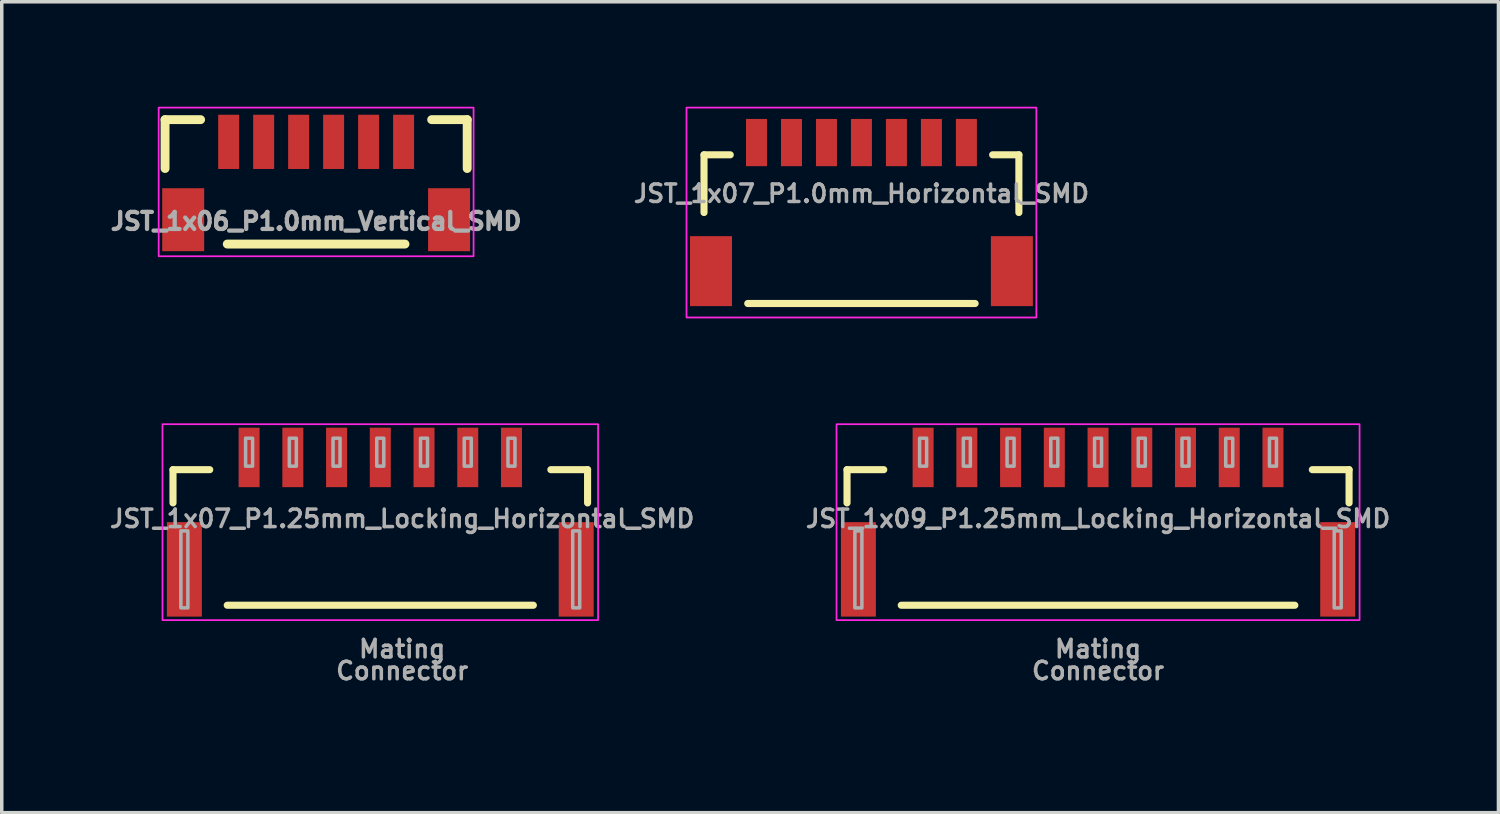
<source format=kicad_pcb>
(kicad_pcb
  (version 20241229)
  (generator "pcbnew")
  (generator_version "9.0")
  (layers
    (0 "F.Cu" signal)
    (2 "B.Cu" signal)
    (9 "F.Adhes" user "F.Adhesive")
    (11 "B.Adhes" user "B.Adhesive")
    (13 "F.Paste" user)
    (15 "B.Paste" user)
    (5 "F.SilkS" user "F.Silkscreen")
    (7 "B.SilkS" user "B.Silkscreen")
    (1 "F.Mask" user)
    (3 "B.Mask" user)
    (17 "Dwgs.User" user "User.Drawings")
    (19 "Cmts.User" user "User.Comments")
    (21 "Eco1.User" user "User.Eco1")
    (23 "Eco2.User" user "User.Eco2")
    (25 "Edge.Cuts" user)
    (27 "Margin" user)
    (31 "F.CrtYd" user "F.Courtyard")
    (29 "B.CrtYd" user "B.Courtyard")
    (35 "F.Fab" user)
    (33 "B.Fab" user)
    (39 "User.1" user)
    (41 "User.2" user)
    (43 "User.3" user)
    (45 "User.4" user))
  (footprint "JST_1x06_P1.0mm_Vertical_SMD"
    (layer "F.Cu")
    (at 5.986 2.275)
    (property "Reference" "JST_1x06_P1.0mm_Vertical_SMD" (at 0 1 0) (layer "F.Fab") (effects (font (size 0.488 0.488) (thickness 0.122))))
    (fp_line (start -4.318 -1.905) (end -3.302 -1.905) (stroke (width 0.254) (type solid)) (layer "F.SilkS"))
    (fp_line (start -4.318 -0.508) (end -4.318 -1.905) (stroke (width 0.254) (type solid)) (layer "F.SilkS"))
    (fp_line (start -2.54 1.651) (end 2.54 1.651) (stroke (width 0.254) (type solid)) (layer "F.SilkS"))
    (fp_line (start 3.302 -1.905) (end 4.318 -1.905) (stroke (width 0.254) (type solid)) (layer "F.SilkS"))
    (fp_line (start 4.318 -1.905) (end 4.318 -0.508) (stroke (width 0.254) (type solid)) (layer "F.SilkS"))
    (fp_rect (start 4.5 2) (end -4.5 -2.25) (stroke (width 0.05) (type default)) (fill no) (layer "F.CrtYd"))
    (pad "1" smd rect (at -2.5 -1.27) (size 0.6 1.55) (layers "F.Cu" "F.Mask" "F.Paste"))
    (pad "2" smd rect (at -1.5 -1.27) (size 0.6 1.55) (layers "F.Cu" "F.Mask" "F.Paste"))
    (pad "3" smd rect (at -0.5 -1.27) (size 0.6 1.55) (layers "F.Cu" "F.Mask" "F.Paste"))
    (pad "4" smd rect (at 0.5 -1.27) (size 0.6 1.55) (layers "F.Cu" "F.Mask" "F.Paste"))
    (pad "5" smd rect (at 1.5 -1.27) (size 0.6 1.55) (layers "F.Cu" "F.Mask" "F.Paste"))
    (pad "6" smd rect (at 2.5 -1.27) (size 0.6 1.55) (layers "F.Cu" "F.Mask" "F.Paste"))
    (pad "NC1" smd rect (at -3.8 0.955) (size 1.2 1.8) (layers "F.Cu" "F.Mask" "F.Paste"))
    (pad "NC2" smd rect (at 3.8 0.955) (size 1.2 1.8) (layers "F.Cu" "F.Mask" "F.Paste")))
  (footprint "JST_1x09_P1.25mm_Locking_Horizontal_SMD"
    (layer "F.Cu")
    (at 28.336 11.775)
    (property "Reference" "JST_1x09_P1.25mm_Locking_Horizontal_SMD" (at 0 0 0) (layer "F.Fab") (effects (font (size 0.5 0.5) (thickness 0.1))))
    (attr smd)
    (fp_line (start -7.175 -1.4) (end -6.125 -1.4) (stroke (width 0.203) (type solid)) (layer "F.SilkS"))
    (fp_line (start -7.175 -0.45) (end -7.175 -1.4) (stroke (width 0.203) (type solid)) (layer "F.SilkS"))
    (fp_line (start -5.625 2.475) (end 5.625 2.475) (stroke (width 0.203) (type solid)) (layer "F.SilkS"))
    (fp_line (start 6.125 -1.4) (end 7.175 -1.4) (stroke (width 0.203) (type solid)) (layer "F.SilkS"))
    (fp_line (start 7.175 -0.45) (end 7.175 -1.4) (stroke (width 0.203) (type solid)) (layer "F.SilkS"))
    (fp_rect (start 7.475 2.9) (end -7.475 -2.7) (stroke (width 0.05) (type default)) (fill no) (layer "F.CrtYd"))
    (fp_poly (pts (xy -6.95 2.55) (xy -6.75 2.55) (xy -6.75 0.35) (xy -6.95 0.35)) (stroke (width 0.1) (type default)) (fill no) (layer "F.Fab"))
    (fp_poly (pts (xy -5.1 -1.5) (xy -4.9 -1.5) (xy -4.9 -2.3) (xy -5.1 -2.3)) (stroke (width 0.1) (type default)) (fill no) (layer "F.Fab"))
    (fp_poly (pts (xy -3.85 -1.5) (xy -3.65 -1.5) (xy -3.65 -2.3) (xy -3.85 -2.3)) (stroke (width 0.1) (type default)) (fill no) (layer "F.Fab"))
    (fp_poly (pts (xy -2.6 -1.5) (xy -2.4 -1.5) (xy -2.4 -2.3) (xy -2.6 -2.3)) (stroke (width 0.1) (type default)) (fill no) (layer "F.Fab"))
    (fp_poly (pts (xy -1.35 -1.5) (xy -1.15 -1.5) (xy -1.15 -2.3) (xy -1.35 -2.3)) (stroke (width 0.1) (type default)) (fill no) (layer "F.Fab"))
    (fp_poly (pts (xy -0.1 -1.5) (xy 0.1 -1.5) (xy 0.1 -2.3) (xy -0.1 -2.3)) (stroke (width 0.1) (type default)) (fill no) (layer "F.Fab"))
    (fp_poly (pts (xy 1.15 -1.5) (xy 1.35 -1.5) (xy 1.35 -2.3) (xy 1.15 -2.3)) (stroke (width 0.1) (type default)) (fill no) (layer "F.Fab"))
    (fp_poly (pts (xy 2.4 -1.5) (xy 2.6 -1.5) (xy 2.6 -2.3) (xy 2.4 -2.3)) (stroke (width 0.1) (type default)) (fill no) (layer "F.Fab"))
    (fp_poly (pts (xy 3.65 -1.5) (xy 3.85 -1.5) (xy 3.85 -2.3) (xy 3.65 -2.3)) (stroke (width 0.1) (type default)) (fill no) (layer "F.Fab"))
    (fp_poly (pts (xy 4.9 -1.5) (xy 5.1 -1.5) (xy 5.1 -2.3) (xy 4.9 -2.3)) (stroke (width 0.1) (type default)) (fill no) (layer "F.Fab"))
    (fp_poly (pts (xy 6.75 2.55) (xy 6.95 2.55) (xy 6.95 0.35) (xy 6.75 0.35)) (stroke (width 0.1) (type default)) (fill no) (layer "F.Fab"))
    (fp_rect (start -7.25 -1.5) (end 7.25 2.55) (stroke (width 0.01) (type default)) (fill no) (layer "User.1"))
    (fp_rect (start -6.25 -0.3) (end 6.25 5.4) (stroke (width 0.01) (type default)) (fill no) (layer "User.1"))
    (fp_text user "Connector" (at 0 4.35 0) (unlocked yes) (layer "F.Fab") (effects (font (size 0.5 0.5) (thickness 0.1) (bold yes))))
    (fp_text user "Mating" (at 0 3.725 0) (unlocked yes) (layer "F.Fab") (effects (font (size 0.5 0.5) (thickness 0.1) (bold yes))))
    (pad "1" smd rect (at -5 -1.75) (size 0.6 1.7) (layers "F.Cu" "F.Mask" "F.Paste"))
    (pad "2" smd rect (at -3.75 -1.75) (size 0.6 1.7) (layers "F.Cu" "F.Mask" "F.Paste"))
    (pad "3" smd rect (at -2.5 -1.75) (size 0.6 1.7) (layers "F.Cu" "F.Mask" "F.Paste"))
    (pad "4" smd rect (at -1.25 -1.75) (size 0.6 1.7) (layers "F.Cu" "F.Mask" "F.Paste"))
    (pad "5" smd rect (at 0 -1.75) (size 0.6 1.7) (layers "F.Cu" "F.Mask" "F.Paste"))
    (pad "6" smd rect (at 1.25 -1.75) (size 0.6 1.7) (layers "F.Cu" "F.Mask" "F.Paste"))
    (pad "7" smd rect (at 2.5 -1.75) (size 0.6 1.7) (layers "F.Cu" "F.Mask" "F.Paste"))
    (pad "8" smd rect (at 3.75 -1.75) (size 0.6 1.7) (layers "F.Cu" "F.Mask" "F.Paste"))
    (pad "9" smd rect (at 5 -1.75) (size 0.6 1.7) (layers "F.Cu" "F.Mask" "F.Paste"))
    (pad "NC1" smd rect (at -6.85 1.45) (size 1 2.7) (layers "F.Cu" "F.Mask" "F.Paste"))
    (pad "NC2" smd rect (at 6.85 1.45) (size 1 2.7) (layers "F.Cu" "F.Mask" "F.Paste")))
  (footprint "JST_1x07_P1.25mm_Locking_Horizontal_SMD"
    (layer "F.Cu")
    (at 8.445 11.775)
    (property "Reference" "JST_1x07_P1.25mm_Locking_Horizontal_SMD" (at 0 0 0) (layer "F.Fab") (effects (font (size 0.5 0.5) (thickness 0.1))))
    (attr smd)
    (fp_line (start -6.55 -1.4) (end -5.5 -1.4) (stroke (width 0.203) (type solid)) (layer "F.SilkS"))
    (fp_line (start -6.55 -0.45) (end -6.55 -1.4) (stroke (width 0.203) (type solid)) (layer "F.SilkS"))
    (fp_line (start -5 2.475) (end 3.75 2.475) (stroke (width 0.203) (type solid)) (layer "F.SilkS"))
    (fp_line (start 4.25 -1.4) (end 5.3 -1.4) (stroke (width 0.203) (type solid)) (layer "F.SilkS"))
    (fp_line (start 5.3 -0.45) (end 5.3 -1.4) (stroke (width 0.203) (type solid)) (layer "F.SilkS"))
    (fp_rect (start 5.6 2.9) (end -6.85 -2.7) (stroke (width 0.05) (type default)) (fill no) (layer "F.CrtYd"))
    (fp_poly (pts (xy -6.325 2.55) (xy -6.125 2.55) (xy -6.125 0.35) (xy -6.325 0.35)) (stroke (width 0.1) (type default)) (fill no) (layer "F.Fab"))
    (fp_poly (pts (xy -4.475 -1.5) (xy -4.275 -1.5) (xy -4.275 -2.3) (xy -4.475 -2.3)) (stroke (width 0.1) (type default)) (fill no) (layer "F.Fab"))
    (fp_poly (pts (xy -3.225 -1.5) (xy -3.025 -1.5) (xy -3.025 -2.3) (xy -3.225 -2.3)) (stroke (width 0.1) (type default)) (fill no) (layer "F.Fab"))
    (fp_poly (pts (xy -1.975 -1.5) (xy -1.775 -1.5) (xy -1.775 -2.3) (xy -1.975 -2.3)) (stroke (width 0.1) (type default)) (fill no) (layer "F.Fab"))
    (fp_poly (pts (xy -0.725 -1.5) (xy -0.525 -1.5) (xy -0.525 -2.3) (xy -0.725 -2.3)) (stroke (width 0.1) (type default)) (fill no) (layer "F.Fab"))
    (fp_poly (pts (xy 0.525 -1.5) (xy 0.725 -1.5) (xy 0.725 -2.3) (xy 0.525 -2.3)) (stroke (width 0.1) (type default)) (fill no) (layer "F.Fab"))
    (fp_poly (pts (xy 1.775 -1.5) (xy 1.975 -1.5) (xy 1.975 -2.3) (xy 1.775 -2.3)) (stroke (width 0.1) (type default)) (fill no) (layer "F.Fab"))
    (fp_poly (pts (xy 3.025 -1.5) (xy 3.225 -1.5) (xy 3.225 -2.3) (xy 3.025 -2.3)) (stroke (width 0.1) (type default)) (fill no) (layer "F.Fab"))
    (fp_poly (pts (xy 4.875 2.55) (xy 5.075 2.55) (xy 5.075 0.35) (xy 4.875 0.35)) (stroke (width 0.1) (type default)) (fill no) (layer "F.Fab"))
    (fp_rect (start -6.625 -1.5) (end 5.375 2.55) (stroke (width 0.01) (type default)) (fill no) (layer "User.1"))
    (fp_rect (start -5.625 -0.3) (end 4.375 5.4) (stroke (width 0.01) (type default)) (fill no) (layer "User.1"))
    (fp_text user "Connector" (at 0 4.35 0) (unlocked yes) (layer "F.Fab") (effects (font (size 0.5 0.5) (thickness 0.1) (bold yes))))
    (fp_text user "Mating" (at 0 3.725 0) (unlocked yes) (layer "F.Fab") (effects (font (size 0.5 0.5) (thickness 0.1) (bold yes))))
    (pad "1" smd rect (at -4.375 -1.75) (size 0.6 1.7) (layers "F.Cu" "F.Mask" "F.Paste"))
    (pad "2" smd rect (at -3.125 -1.75) (size 0.6 1.7) (layers "F.Cu" "F.Mask" "F.Paste"))
    (pad "3" smd rect (at -1.875 -1.75) (size 0.6 1.7) (layers "F.Cu" "F.Mask" "F.Paste"))
    (pad "4" smd rect (at -0.625 -1.75) (size 0.6 1.7) (layers "F.Cu" "F.Mask" "F.Paste"))
    (pad "5" smd rect (at 0.625 -1.75) (size 0.6 1.7) (layers "F.Cu" "F.Mask" "F.Paste"))
    (pad "6" smd rect (at 1.875 -1.75) (size 0.6 1.7) (layers "F.Cu" "F.Mask" "F.Paste"))
    (pad "7" smd rect (at 3.125 -1.75) (size 0.6 1.7) (layers "F.Cu" "F.Mask" "F.Paste"))
    (pad "NC1" smd rect (at -6.225 1.45) (size 1 2.7) (layers "F.Cu" "F.Mask" "F.Paste"))
    (pad "NC2" smd rect (at 4.975 1.45) (size 1 2.7) (layers "F.Cu" "F.Mask" "F.Paste")))
  (footprint "JST_1x07_P1.0mm_Horizontal_SMD"
    (layer "F.Cu")
    (at 21.573 1.025)
    (property "Reference" "JST_1x07_P1.0mm_Horizontal_SMD" (at 0 1.75 0) (layer "F.Fab") (effects (font (size 0.5 0.5) (thickness 0.1)) (justify bottom)))
    (attr smd)
    (fp_line (start -4.5 0.35) (end -3.75 0.35) (stroke (width 0.203) (type solid)) (layer "F.SilkS"))
    (fp_line (start -4.5 2) (end -4.5 0.35) (stroke (width 0.203) (type solid)) (layer "F.SilkS"))
    (fp_line (start -3.25 4.6) (end 3.25 4.6) (stroke (width 0.203) (type solid)) (layer "F.SilkS"))
    (fp_line (start 3.75 0.35) (end 4.5 0.35) (stroke (width 0.203) (type solid)) (layer "F.SilkS"))
    (fp_line (start 4.5 0.35) (end 4.5 2) (stroke (width 0.203) (type solid)) (layer "F.SilkS"))
    (fp_rect (start 5 5) (end -5 -1) (stroke (width 0.05) (type default)) (fill no) (layer "F.CrtYd"))
    (pad "1" smd rect (at -3 0) (size 0.6 1.35) (layers "F.Cu" "F.Mask" "F.Paste"))
    (pad "2" smd rect (at -2 0) (size 0.6 1.35) (layers "F.Cu" "F.Mask" "F.Paste"))
    (pad "3" smd rect (at -1 0) (size 0.6 1.35) (layers "F.Cu" "F.Mask" "F.Paste"))
    (pad "4" smd rect (at 0 0) (size 0.6 1.35) (layers "F.Cu" "F.Mask" "F.Paste"))
    (pad "5" smd rect (at 1 0) (size 0.6 1.35) (layers "F.Cu" "F.Mask" "F.Paste"))
    (pad "6" smd rect (at 2 0) (size 0.6 1.35) (layers "F.Cu" "F.Mask" "F.Paste"))
    (pad "7" smd rect (at 3 0) (size 0.6 1.35) (layers "F.Cu" "F.Mask" "F.Paste"))
    (pad "NC1" smd rect (at 4.3 3.675) (size 1.2 2) (layers "F.Cu" "F.Mask" "F.Paste"))
    (pad "NC2" smd rect (at -4.3 3.675) (size 1.2 2) (layers "F.Cu" "F.Mask" "F.Paste")))
  (gr_rect
    (start -3 -3)
    (end 39.781 20.18)
    (stroke (width 0.1) (type default))
    (fill no)
    (layer "Edge.Cuts")))
</source>
